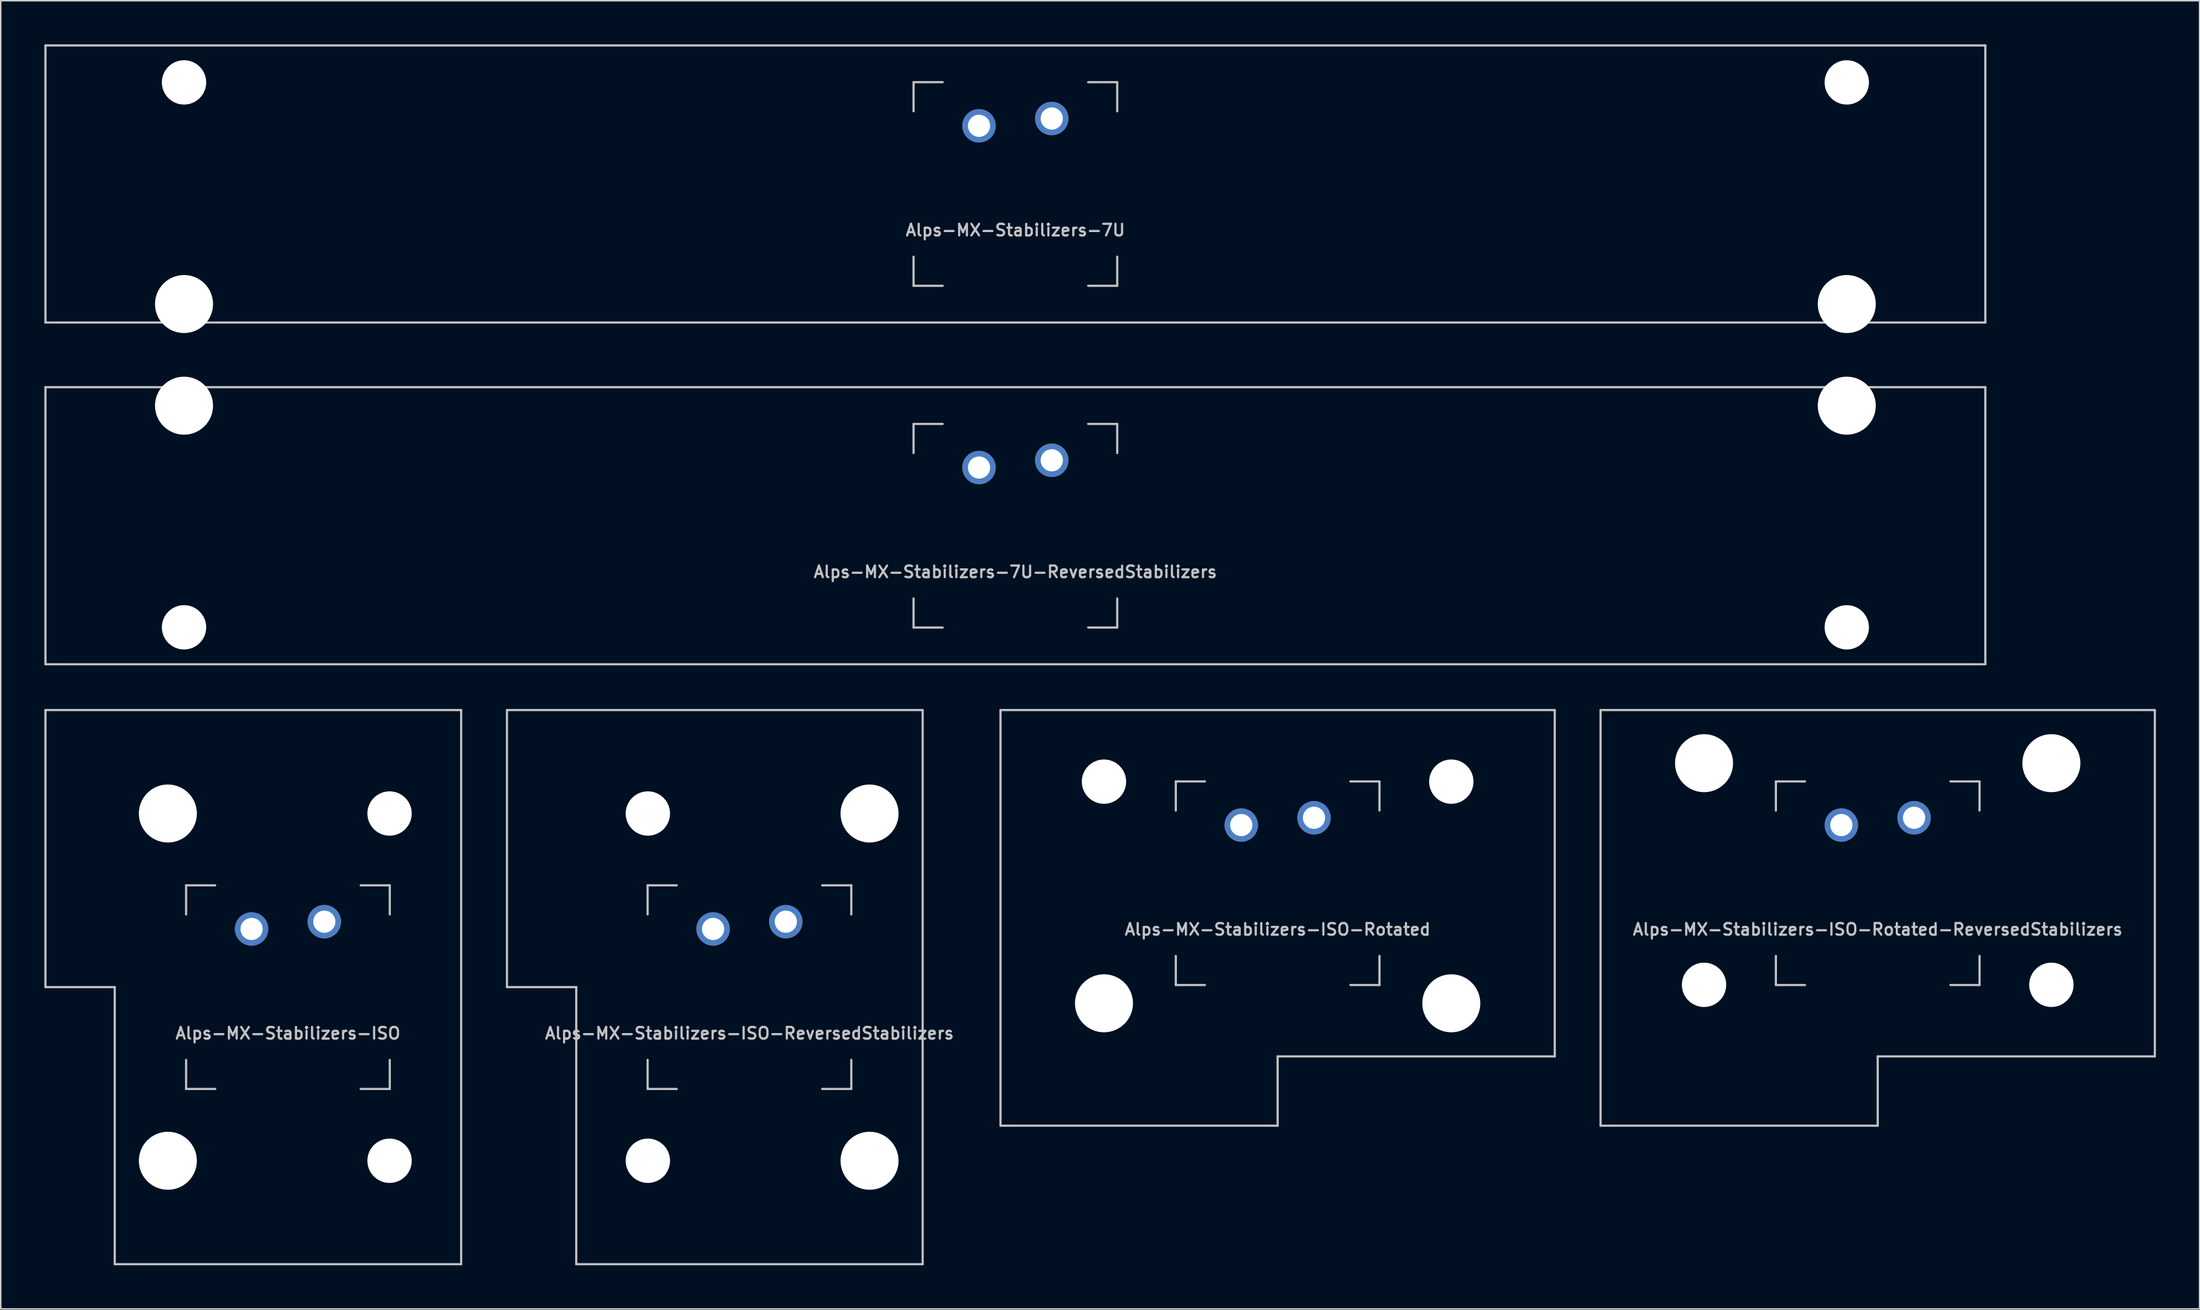
<source format=kicad_pcb>
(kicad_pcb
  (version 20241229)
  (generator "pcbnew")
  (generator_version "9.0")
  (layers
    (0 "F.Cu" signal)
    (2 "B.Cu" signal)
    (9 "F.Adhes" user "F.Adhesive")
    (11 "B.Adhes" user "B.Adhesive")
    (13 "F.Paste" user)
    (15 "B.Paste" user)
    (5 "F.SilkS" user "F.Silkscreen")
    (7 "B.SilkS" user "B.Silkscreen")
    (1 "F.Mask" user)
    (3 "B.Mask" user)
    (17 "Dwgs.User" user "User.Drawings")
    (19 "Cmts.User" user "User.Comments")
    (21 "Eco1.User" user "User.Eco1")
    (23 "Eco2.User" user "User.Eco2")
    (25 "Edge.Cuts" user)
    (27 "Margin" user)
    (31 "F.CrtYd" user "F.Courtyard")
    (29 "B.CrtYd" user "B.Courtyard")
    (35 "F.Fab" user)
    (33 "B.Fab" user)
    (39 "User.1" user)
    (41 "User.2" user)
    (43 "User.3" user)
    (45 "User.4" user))
  (footprint "Alps-MX-Stabilizers-ISO-Rotated-ReversedStabilizers"
    (layer "F.Cu")
    (at 126.027 57.679)
    (property "Reference" "Alps-MX-Stabilizers-ISO-Rotated-ReversedStabilizers" (at 0 3.175 0) (layer "Dwgs.User") (effects (font (size 0.8 0.8) (thickness 0.15))))
    (attr through_hole)
    (fp_line (start -19.05 -11.906) (end 19.05 -11.906) (stroke (width 0.15) (type solid)) (layer "Dwgs.User"))
    (fp_line (start -19.05 16.669) (end -19.05 -11.906) (stroke (width 0.15) (type solid)) (layer "Dwgs.User"))
    (fp_line (start -19.05 16.669) (end 0 16.669) (stroke (width 0.15) (type solid)) (layer "Dwgs.User"))
    (fp_line (start -7 -7) (end -7 -5) (stroke (width 0.15) (type solid)) (layer "Dwgs.User"))
    (fp_line (start -7 5) (end -7 7) (stroke (width 0.15) (type solid)) (layer "Dwgs.User"))
    (fp_line (start -7 7) (end -5 7) (stroke (width 0.15) (type solid)) (layer "Dwgs.User"))
    (fp_line (start -5 -7) (end -7 -7) (stroke (width 0.15) (type solid)) (layer "Dwgs.User"))
    (fp_line (start 0 11.906) (end 0 16.669) (stroke (width 0.15) (type solid)) (layer "Dwgs.User"))
    (fp_line (start 5 -7) (end 7 -7) (stroke (width 0.15) (type solid)) (layer "Dwgs.User"))
    (fp_line (start 5 7) (end 7 7) (stroke (width 0.15) (type solid)) (layer "Dwgs.User"))
    (fp_line (start 7 -7) (end 7 -5) (stroke (width 0.15) (type solid)) (layer "Dwgs.User"))
    (fp_line (start 7 7) (end 7 5) (stroke (width 0.15) (type solid)) (layer "Dwgs.User"))
    (fp_line (start 19.05 11.906) (end 0 11.906) (stroke (width 0.15) (type solid)) (layer "Dwgs.User"))
    (fp_line (start 19.05 11.906) (end 19.05 -11.906) (stroke (width 0.15) (type solid)) (layer "Dwgs.User"))
    (pad "" np_thru_hole circle (at -11.938 -8.255) (size 3.988 3.988) (drill 3.988) (layers "*.Cu" "*.Mask"))
    (pad "" np_thru_hole circle (at -11.938 6.985) (size 3.048 3.048) (drill 3.048) (layers "*.Cu" "*.Mask"))
    (pad "" np_thru_hole circle (at 11.938 -8.255) (size 3.988 3.988) (drill 3.988) (layers "*.Cu" "*.Mask"))
    (pad "" np_thru_hole circle (at 11.938 6.985) (size 3.048 3.048) (drill 3.048) (layers "*.Cu" "*.Mask"))
    (pad "1" thru_hole circle (at -2.5 -4) (size 2.3 2.3) (drill 1.524) (layers "*.Cu" "B.Mask"))
    (pad "2" thru_hole circle (at 2.5 -4.5) (size 2.3 2.3) (drill 1.524) (layers "*.Cu" "B.Mask")))
  (footprint "Alps-MX-Stabilizers-ISO-ReversedStabilizers"
    (layer "F.Cu")
    (at 48.469 64.823)
    (property "Reference" "Alps-MX-Stabilizers-ISO-ReversedStabilizers" (at 0 3.175 0) (layer "Dwgs.User") (effects (font (size 0.8 0.8) (thickness 0.15))))
    (attr through_hole)
    (fp_line (start -16.669 -19.05) (end -16.669 0) (stroke (width 0.15) (type solid)) (layer "Dwgs.User"))
    (fp_line (start -16.669 -19.05) (end 11.906 -19.05) (stroke (width 0.15) (type solid)) (layer "Dwgs.User"))
    (fp_line (start -11.906 0) (end -16.669 0) (stroke (width 0.15) (type solid)) (layer "Dwgs.User"))
    (fp_line (start -11.906 19.05) (end -11.906 0) (stroke (width 0.15) (type solid)) (layer "Dwgs.User"))
    (fp_line (start -11.906 19.05) (end 11.906 19.05) (stroke (width 0.15) (type solid)) (layer "Dwgs.User"))
    (fp_line (start -7 -7) (end -7 -5) (stroke (width 0.15) (type solid)) (layer "Dwgs.User"))
    (fp_line (start -7 5) (end -7 7) (stroke (width 0.15) (type solid)) (layer "Dwgs.User"))
    (fp_line (start -7 7) (end -5 7) (stroke (width 0.15) (type solid)) (layer "Dwgs.User"))
    (fp_line (start -5 -7) (end -7 -7) (stroke (width 0.15) (type solid)) (layer "Dwgs.User"))
    (fp_line (start 5 -7) (end 7 -7) (stroke (width 0.15) (type solid)) (layer "Dwgs.User"))
    (fp_line (start 5 7) (end 7 7) (stroke (width 0.15) (type solid)) (layer "Dwgs.User"))
    (fp_line (start 7 -7) (end 7 -5) (stroke (width 0.15) (type solid)) (layer "Dwgs.User"))
    (fp_line (start 7 7) (end 7 5) (stroke (width 0.15) (type solid)) (layer "Dwgs.User"))
    (fp_line (start 11.906 -19.05) (end 11.906 19.05) (stroke (width 0.15) (type solid)) (layer "Dwgs.User"))
    (pad "" np_thru_hole circle (at -6.985 -11.938) (size 3.048 3.048) (drill 3.048) (layers "*.Cu" "*.Mask"))
    (pad "" np_thru_hole circle (at -6.985 11.938) (size 3.048 3.048) (drill 3.048) (layers "*.Cu" "*.Mask"))
    (pad "" np_thru_hole circle (at 8.255 -11.938) (size 3.988 3.988) (drill 3.988) (layers "*.Cu" "*.Mask"))
    (pad "" np_thru_hole circle (at 8.255 11.938) (size 3.988 3.988) (drill 3.988) (layers "*.Cu" "*.Mask"))
    (pad "1" thru_hole circle (at -2.5 -4) (size 2.3 2.3) (drill 1.524) (layers "*.Cu" "B.Mask"))
    (pad "2" thru_hole circle (at 2.5 -4.5) (size 2.3 2.3) (drill 1.524) (layers "*.Cu" "B.Mask")))
  (footprint "Alps-MX-Stabilizers-ISO-Rotated"
    (layer "F.Cu")
    (at 84.777 57.679)
    (property "Reference" "Alps-MX-Stabilizers-ISO-Rotated" (at 0 3.175 0) (layer "Dwgs.User") (effects (font (size 0.8 0.8) (thickness 0.15))))
    (attr through_hole)
    (fp_line (start -19.05 -11.906) (end 19.05 -11.906) (stroke (width 0.15) (type solid)) (layer "Dwgs.User"))
    (fp_line (start -19.05 16.669) (end -19.05 -11.906) (stroke (width 0.15) (type solid)) (layer "Dwgs.User"))
    (fp_line (start -19.05 16.669) (end 0 16.669) (stroke (width 0.15) (type solid)) (layer "Dwgs.User"))
    (fp_line (start -7 -7) (end -7 -5) (stroke (width 0.15) (type solid)) (layer "Dwgs.User"))
    (fp_line (start -7 5) (end -7 7) (stroke (width 0.15) (type solid)) (layer "Dwgs.User"))
    (fp_line (start -7 7) (end -5 7) (stroke (width 0.15) (type solid)) (layer "Dwgs.User"))
    (fp_line (start -5 -7) (end -7 -7) (stroke (width 0.15) (type solid)) (layer "Dwgs.User"))
    (fp_line (start 0 11.906) (end 0 16.669) (stroke (width 0.15) (type solid)) (layer "Dwgs.User"))
    (fp_line (start 5 -7) (end 7 -7) (stroke (width 0.15) (type solid)) (layer "Dwgs.User"))
    (fp_line (start 5 7) (end 7 7) (stroke (width 0.15) (type solid)) (layer "Dwgs.User"))
    (fp_line (start 7 -7) (end 7 -5) (stroke (width 0.15) (type solid)) (layer "Dwgs.User"))
    (fp_line (start 7 7) (end 7 5) (stroke (width 0.15) (type solid)) (layer "Dwgs.User"))
    (fp_line (start 19.05 11.906) (end 0 11.906) (stroke (width 0.15) (type solid)) (layer "Dwgs.User"))
    (fp_line (start 19.05 11.906) (end 19.05 -11.906) (stroke (width 0.15) (type solid)) (layer "Dwgs.User"))
    (pad "" np_thru_hole circle (at -11.938 -6.985) (size 3.048 3.048) (drill 3.048) (layers "*.Cu" "*.Mask"))
    (pad "" np_thru_hole circle (at -11.938 8.255) (size 3.988 3.988) (drill 3.988) (layers "*.Cu" "*.Mask"))
    (pad "" np_thru_hole circle (at 11.938 -6.985) (size 3.048 3.048) (drill 3.048) (layers "*.Cu" "*.Mask"))
    (pad "" np_thru_hole circle (at 11.938 8.255) (size 3.988 3.988) (drill 3.988) (layers "*.Cu" "*.Mask"))
    (pad "1" thru_hole circle (at -2.5 -4) (size 2.3 2.3) (drill 1.524) (layers "*.Cu" "B.Mask"))
    (pad "2" thru_hole circle (at 2.5 -4.5) (size 2.3 2.3) (drill 1.524) (layers "*.Cu" "B.Mask")))
  (footprint "Alps-MX-Stabilizers-ISO"
    (layer "F.Cu")
    (at 16.744 64.823)
    (property "Reference" "Alps-MX-Stabilizers-ISO" (at 0 3.175 0) (layer "Dwgs.User") (effects (font (size 0.8 0.8) (thickness 0.15))))
    (attr through_hole)
    (fp_line (start -16.669 -19.05) (end -16.669 0) (stroke (width 0.15) (type solid)) (layer "Dwgs.User"))
    (fp_line (start -16.669 -19.05) (end 11.906 -19.05) (stroke (width 0.15) (type solid)) (layer "Dwgs.User"))
    (fp_line (start -11.906 0) (end -16.669 0) (stroke (width 0.15) (type solid)) (layer "Dwgs.User"))
    (fp_line (start -11.906 19.05) (end -11.906 0) (stroke (width 0.15) (type solid)) (layer "Dwgs.User"))
    (fp_line (start -11.906 19.05) (end 11.906 19.05) (stroke (width 0.15) (type solid)) (layer "Dwgs.User"))
    (fp_line (start -7 -7) (end -7 -5) (stroke (width 0.15) (type solid)) (layer "Dwgs.User"))
    (fp_line (start -7 5) (end -7 7) (stroke (width 0.15) (type solid)) (layer "Dwgs.User"))
    (fp_line (start -7 7) (end -5 7) (stroke (width 0.15) (type solid)) (layer "Dwgs.User"))
    (fp_line (start -5 -7) (end -7 -7) (stroke (width 0.15) (type solid)) (layer "Dwgs.User"))
    (fp_line (start 5 -7) (end 7 -7) (stroke (width 0.15) (type solid)) (layer "Dwgs.User"))
    (fp_line (start 5 7) (end 7 7) (stroke (width 0.15) (type solid)) (layer "Dwgs.User"))
    (fp_line (start 7 -7) (end 7 -5) (stroke (width 0.15) (type solid)) (layer "Dwgs.User"))
    (fp_line (start 7 7) (end 7 5) (stroke (width 0.15) (type solid)) (layer "Dwgs.User"))
    (fp_line (start 11.906 -19.05) (end 11.906 19.05) (stroke (width 0.15) (type solid)) (layer "Dwgs.User"))
    (pad "" np_thru_hole circle (at -8.255 -11.938) (size 3.988 3.988) (drill 3.988) (layers "*.Cu" "*.Mask"))
    (pad "" np_thru_hole circle (at -8.255 11.938) (size 3.988 3.988) (drill 3.988) (layers "*.Cu" "*.Mask"))
    (pad "" np_thru_hole circle (at 6.985 -11.938) (size 3.048 3.048) (drill 3.048) (layers "*.Cu" "*.Mask"))
    (pad "" np_thru_hole circle (at 6.985 11.938) (size 3.048 3.048) (drill 3.048) (layers "*.Cu" "*.Mask"))
    (pad "1" thru_hole circle (at -2.5 -4) (size 2.3 2.3) (drill 1.524) (layers "*.Cu" "B.Mask"))
    (pad "2" thru_hole circle (at 2.5 -4.5) (size 2.3 2.3) (drill 1.524) (layers "*.Cu" "B.Mask")))
  (footprint "Alps-MX-Stabilizers-7U-ReversedStabilizers"
    (layer "F.Cu")
    (at 66.75 33.098)
    (property "Reference" "Alps-MX-Stabilizers-7U-ReversedStabilizers" (at 0 3.175 0) (layer "Dwgs.User") (effects (font (size 0.8 0.8) (thickness 0.15))))
    (attr through_hole)
    (fp_line (start -66.675 9.525) (end -66.675 -9.525) (stroke (width 0.15) (type solid)) (layer "Dwgs.User"))
    (fp_line (start -7 -7) (end -7 -5) (stroke (width 0.15) (type solid)) (layer "Dwgs.User"))
    (fp_line (start -7 5) (end -7 7) (stroke (width 0.15) (type solid)) (layer "Dwgs.User"))
    (fp_line (start -7 7) (end -5 7) (stroke (width 0.15) (type solid)) (layer "Dwgs.User"))
    (fp_line (start -5 -7) (end -7 -7) (stroke (width 0.15) (type solid)) (layer "Dwgs.User"))
    (fp_line (start 5 -7) (end 7 -7) (stroke (width 0.15) (type solid)) (layer "Dwgs.User"))
    (fp_line (start 5 7) (end 7 7) (stroke (width 0.15) (type solid)) (layer "Dwgs.User"))
    (fp_line (start 7 -7) (end 7 -5) (stroke (width 0.15) (type solid)) (layer "Dwgs.User"))
    (fp_line (start 7 7) (end 7 5) (stroke (width 0.15) (type solid)) (layer "Dwgs.User"))
    (fp_line (start 66.675 -9.525) (end -66.675 -9.525) (stroke (width 0.15) (type solid)) (layer "Dwgs.User"))
    (fp_line (start 66.675 9.525) (end -66.675 9.525) (stroke (width 0.15) (type solid)) (layer "Dwgs.User"))
    (fp_line (start 66.675 9.525) (end 66.675 -9.525) (stroke (width 0.15) (type solid)) (layer "Dwgs.User"))
    (pad "" np_thru_hole circle (at -57.15 -8.255) (size 3.988 3.988) (drill 3.988) (layers "*.Cu" "*.Mask"))
    (pad "" np_thru_hole circle (at -57.15 6.985) (size 3.048 3.048) (drill 3.048) (layers "*.Cu" "*.Mask"))
    (pad "" np_thru_hole circle (at 57.15 -8.255) (size 3.988 3.988) (drill 3.988) (layers "*.Cu" "*.Mask"))
    (pad "" np_thru_hole circle (at 57.15 6.985) (size 3.048 3.048) (drill 3.048) (layers "*.Cu" "*.Mask"))
    (pad "1" thru_hole circle (at -2.5 -4) (size 2.3 2.3) (drill 1.524) (layers "*.Cu" "B.Mask"))
    (pad "2" thru_hole circle (at 2.5 -4.5) (size 2.3 2.3) (drill 1.524) (layers "*.Cu" "B.Mask")))
  (footprint "Alps-MX-Stabilizers-7U"
    (layer "F.Cu")
    (at 66.75 9.6)
    (property "Reference" "Alps-MX-Stabilizers-7U" (at 0 3.175 0) (layer "Dwgs.User") (effects (font (size 0.8 0.8) (thickness 0.15))))
    (attr through_hole)
    (fp_line (start -66.675 9.525) (end -66.675 -9.525) (stroke (width 0.15) (type solid)) (layer "Dwgs.User"))
    (fp_line (start -7 -7) (end -7 -5) (stroke (width 0.15) (type solid)) (layer "Dwgs.User"))
    (fp_line (start -7 5) (end -7 7) (stroke (width 0.15) (type solid)) (layer "Dwgs.User"))
    (fp_line (start -7 7) (end -5 7) (stroke (width 0.15) (type solid)) (layer "Dwgs.User"))
    (fp_line (start -5 -7) (end -7 -7) (stroke (width 0.15) (type solid)) (layer "Dwgs.User"))
    (fp_line (start 5 -7) (end 7 -7) (stroke (width 0.15) (type solid)) (layer "Dwgs.User"))
    (fp_line (start 5 7) (end 7 7) (stroke (width 0.15) (type solid)) (layer "Dwgs.User"))
    (fp_line (start 7 -7) (end 7 -5) (stroke (width 0.15) (type solid)) (layer "Dwgs.User"))
    (fp_line (start 7 7) (end 7 5) (stroke (width 0.15) (type solid)) (layer "Dwgs.User"))
    (fp_line (start 66.675 -9.525) (end -66.675 -9.525) (stroke (width 0.15) (type solid)) (layer "Dwgs.User"))
    (fp_line (start 66.675 9.525) (end -66.675 9.525) (stroke (width 0.15) (type solid)) (layer "Dwgs.User"))
    (fp_line (start 66.675 9.525) (end 66.675 -9.525) (stroke (width 0.15) (type solid)) (layer "Dwgs.User"))
    (pad "" np_thru_hole circle (at -57.15 -6.985) (size 3.048 3.048) (drill 3.048) (layers "*.Cu" "*.Mask"))
    (pad "" np_thru_hole circle (at -57.15 8.255) (size 3.988 3.988) (drill 3.988) (layers "*.Cu" "*.Mask"))
    (pad "" np_thru_hole circle (at 57.15 -6.985) (size 3.048 3.048) (drill 3.048) (layers "*.Cu" "*.Mask"))
    (pad "" np_thru_hole circle (at 57.15 8.255) (size 3.988 3.988) (drill 3.988) (layers "*.Cu" "*.Mask"))
    (pad "1" thru_hole circle (at -2.5 -4) (size 2.3 2.3) (drill 1.524) (layers "*.Cu" "B.Mask"))
    (pad "2" thru_hole circle (at 2.5 -4.5) (size 2.3 2.3) (drill 1.524) (layers "*.Cu" "B.Mask")))
  (gr_rect
    (start -3 -3)
    (end 148.152 86.948)
    (stroke (width 0.1) (type default))
    (fill no)
    (layer "Edge.Cuts")))
</source>
